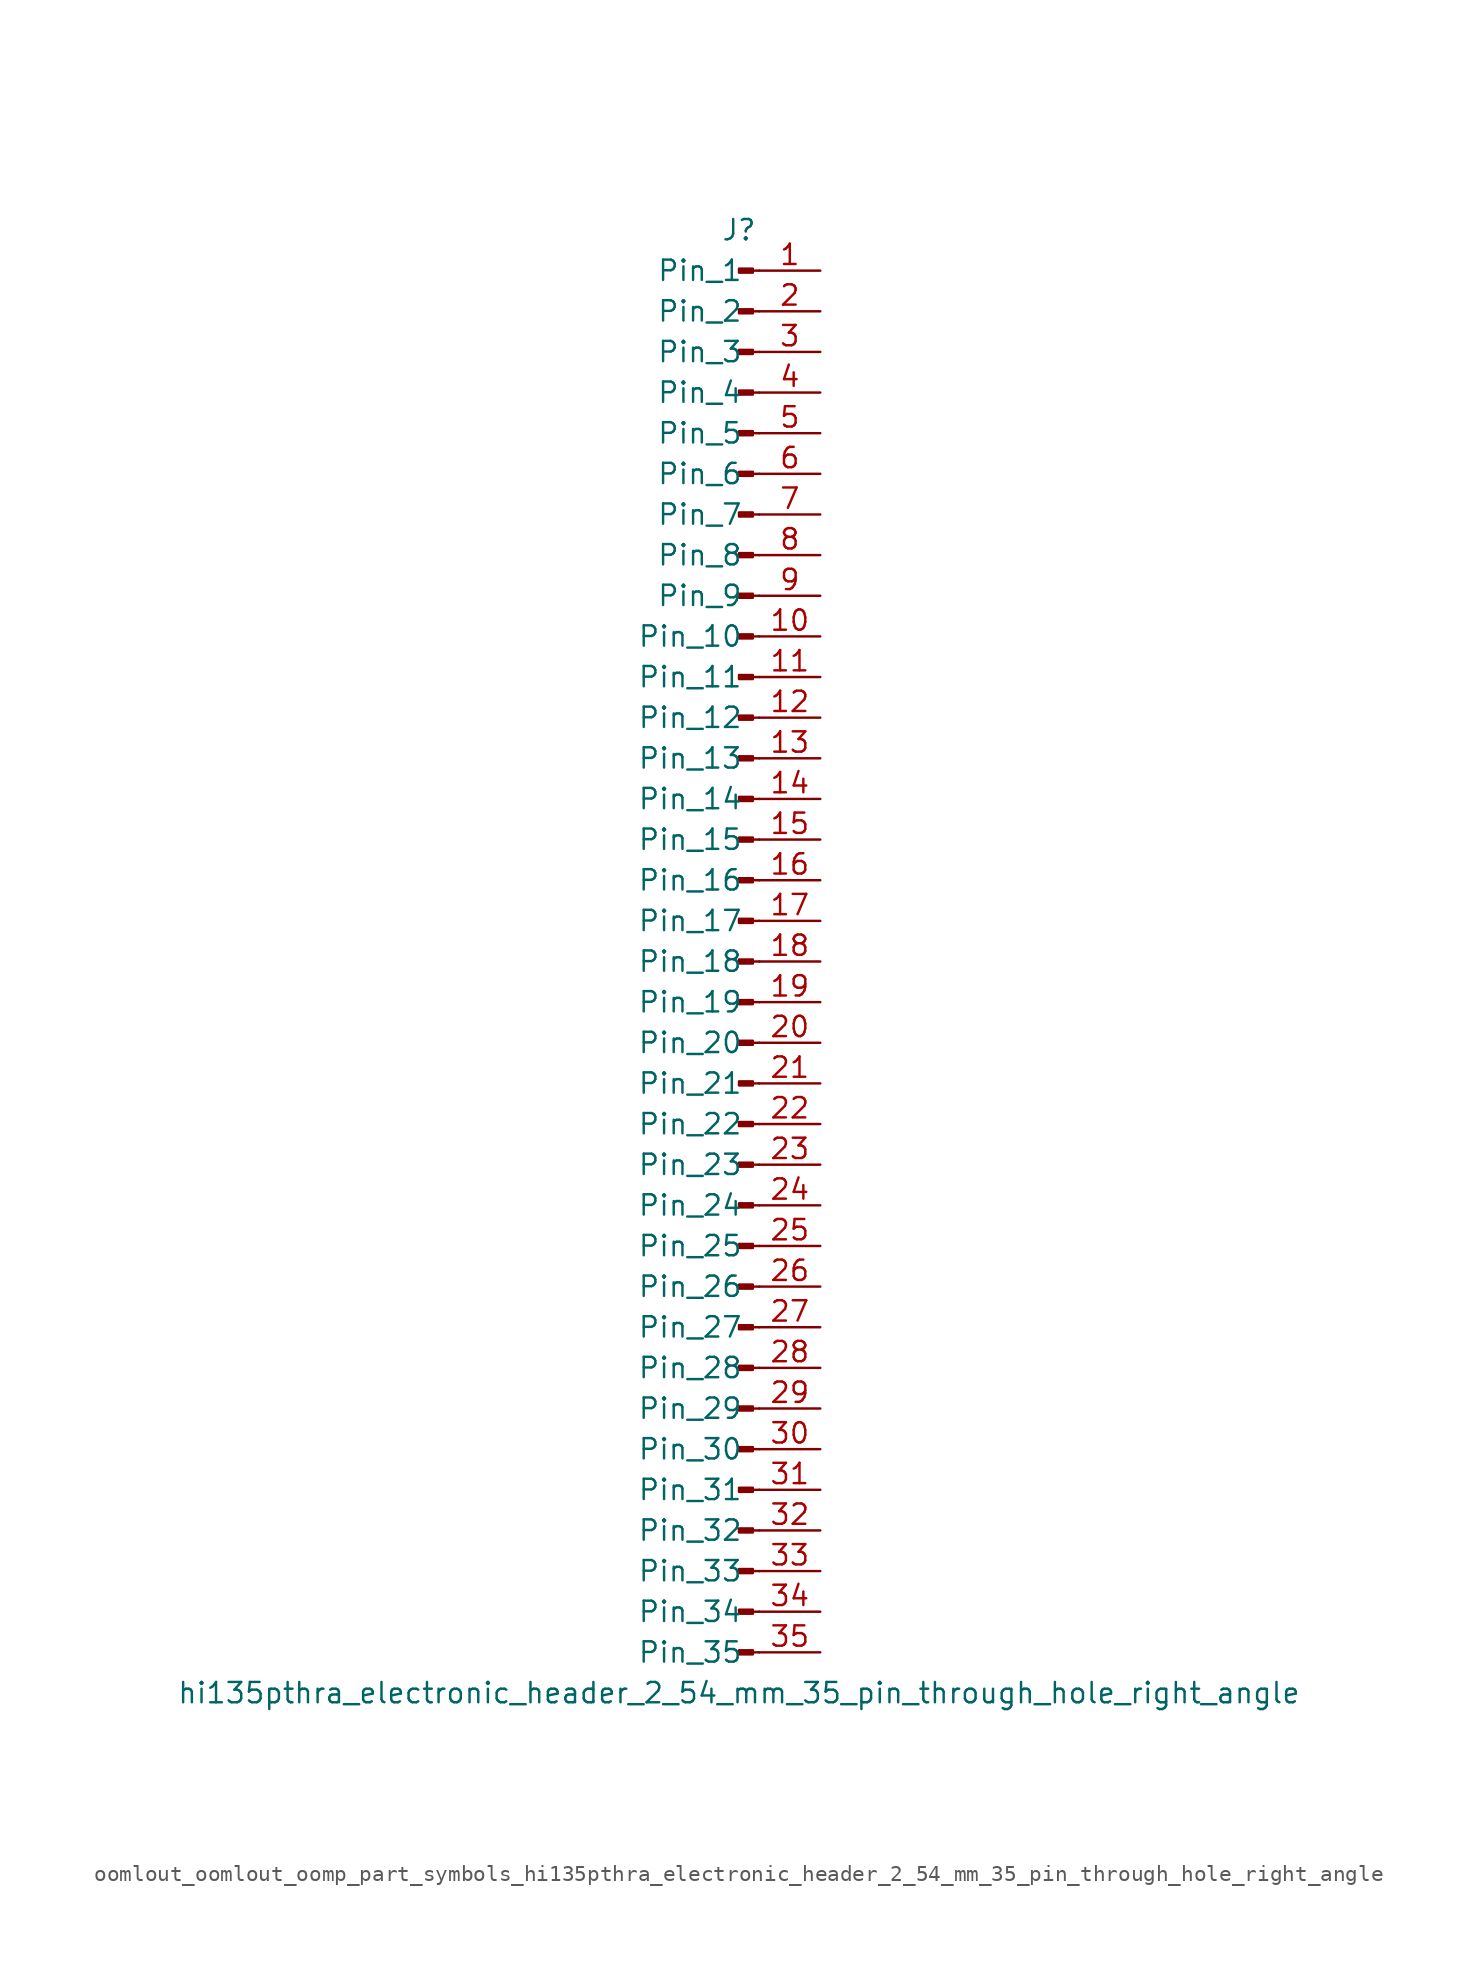
<source format=kicad_sym>
(kicad_symbol_lib
  (version 20220914)
  (generator kicad_symbol_editor)
  (symbol "oomlout_oomlout_oomp_part_symbols_hi135pthra_electronic_header_2_54_mm_35_pin_through_hole_right_angle"
    (pin_names
      (offset 1.016))
    (property "Reference" "J"
      (at 0 45.72 0)
      (effects (font (size 1.27 1.27))))
    (property "Value" "hi135pthra_electronic_header_2_54_mm_35_pin_through_hole_right_angle"
      (at 0 -45.72 0)
      (effects (font (size 1.27 1.27))))
    (property "ki_locked" ""
      (at 0 0 0)
      (effects (font (size 1.27 1.27))))
    (symbol "oomlout_oomlout_oomp_part_symbols_hi135pthra_electronic_header_2_54_mm_35_pin_through_hole_right_angle_1_1"
      (polyline (pts (xy 1.27 -43.18) (xy 0.864 -43.18)) (stroke (width 0.152) (type default)) (fill (type none)))
      (polyline (pts (xy 1.27 -40.64) (xy 0.864 -40.64)) (stroke (width 0.152) (type default)) (fill (type none)))
      (polyline (pts (xy 1.27 -38.1) (xy 0.864 -38.1)) (stroke (width 0.152) (type default)) (fill (type none)))
      (polyline (pts (xy 1.27 -35.56) (xy 0.864 -35.56)) (stroke (width 0.152) (type default)) (fill (type none)))
      (polyline (pts (xy 1.27 -33.02) (xy 0.864 -33.02)) (stroke (width 0.152) (type default)) (fill (type none)))
      (polyline (pts (xy 1.27 -30.48) (xy 0.864 -30.48)) (stroke (width 0.152) (type default)) (fill (type none)))
      (polyline (pts (xy 1.27 -27.94) (xy 0.864 -27.94)) (stroke (width 0.152) (type default)) (fill (type none)))
      (polyline (pts (xy 1.27 -25.4) (xy 0.864 -25.4)) (stroke (width 0.152) (type default)) (fill (type none)))
      (polyline (pts (xy 1.27 -22.86) (xy 0.864 -22.86)) (stroke (width 0.152) (type default)) (fill (type none)))
      (polyline (pts (xy 1.27 -20.32) (xy 0.864 -20.32)) (stroke (width 0.152) (type default)) (fill (type none)))
      (polyline (pts (xy 1.27 -17.78) (xy 0.864 -17.78)) (stroke (width 0.152) (type default)) (fill (type none)))
      (polyline (pts (xy 1.27 -15.24) (xy 0.864 -15.24)) (stroke (width 0.152) (type default)) (fill (type none)))
      (polyline (pts (xy 1.27 -12.7) (xy 0.864 -12.7)) (stroke (width 0.152) (type default)) (fill (type none)))
      (polyline (pts (xy 1.27 -10.16) (xy 0.864 -10.16)) (stroke (width 0.152) (type default)) (fill (type none)))
      (polyline (pts (xy 1.27 -7.62) (xy 0.864 -7.62)) (stroke (width 0.152) (type default)) (fill (type none)))
      (polyline (pts (xy 1.27 -5.08) (xy 0.864 -5.08)) (stroke (width 0.152) (type default)) (fill (type none)))
      (polyline (pts (xy 1.27 -2.54) (xy 0.864 -2.54)) (stroke (width 0.152) (type default)) (fill (type none)))
      (polyline (pts (xy 1.27 0) (xy 0.864 0)) (stroke (width 0.152) (type default)) (fill (type none)))
      (polyline (pts (xy 1.27 2.54) (xy 0.864 2.54)) (stroke (width 0.152) (type default)) (fill (type none)))
      (polyline (pts (xy 1.27 5.08) (xy 0.864 5.08)) (stroke (width 0.152) (type default)) (fill (type none)))
      (polyline (pts (xy 1.27 7.62) (xy 0.864 7.62)) (stroke (width 0.152) (type default)) (fill (type none)))
      (polyline (pts (xy 1.27 10.16) (xy 0.864 10.16)) (stroke (width 0.152) (type default)) (fill (type none)))
      (polyline (pts (xy 1.27 12.7) (xy 0.864 12.7)) (stroke (width 0.152) (type default)) (fill (type none)))
      (polyline (pts (xy 1.27 15.24) (xy 0.864 15.24)) (stroke (width 0.152) (type default)) (fill (type none)))
      (polyline (pts (xy 1.27 17.78) (xy 0.864 17.78)) (stroke (width 0.152) (type default)) (fill (type none)))
      (polyline (pts (xy 1.27 20.32) (xy 0.864 20.32)) (stroke (width 0.152) (type default)) (fill (type none)))
      (polyline (pts (xy 1.27 22.86) (xy 0.864 22.86)) (stroke (width 0.152) (type default)) (fill (type none)))
      (polyline (pts (xy 1.27 25.4) (xy 0.864 25.4)) (stroke (width 0.152) (type default)) (fill (type none)))
      (polyline (pts (xy 1.27 27.94) (xy 0.864 27.94)) (stroke (width 0.152) (type default)) (fill (type none)))
      (polyline (pts (xy 1.27 30.48) (xy 0.864 30.48)) (stroke (width 0.152) (type default)) (fill (type none)))
      (polyline (pts (xy 1.27 33.02) (xy 0.864 33.02)) (stroke (width 0.152) (type default)) (fill (type none)))
      (polyline (pts (xy 1.27 35.56) (xy 0.864 35.56)) (stroke (width 0.152) (type default)) (fill (type none)))
      (polyline (pts (xy 1.27 38.1) (xy 0.864 38.1)) (stroke (width 0.152) (type default)) (fill (type none)))
      (polyline (pts (xy 1.27 40.64) (xy 0.864 40.64)) (stroke (width 0.152) (type default)) (fill (type none)))
      (polyline (pts (xy 1.27 43.18) (xy 0.864 43.18)) (stroke (width 0.152) (type default)) (fill (type none)))
      (rectangle (start 0.864 -43.053) (end 0 -43.307) (stroke (width 0.152) (type default)) (fill (type outline)))
      (rectangle (start 0.864 -40.513) (end 0 -40.767) (stroke (width 0.152) (type default)) (fill (type outline)))
      (rectangle (start 0.864 -37.973) (end 0 -38.227) (stroke (width 0.152) (type default)) (fill (type outline)))
      (rectangle (start 0.864 -35.433) (end 0 -35.687) (stroke (width 0.152) (type default)) (fill (type outline)))
      (rectangle (start 0.864 -32.893) (end 0 -33.147) (stroke (width 0.152) (type default)) (fill (type outline)))
      (rectangle (start 0.864 -30.353) (end 0 -30.607) (stroke (width 0.152) (type default)) (fill (type outline)))
      (rectangle (start 0.864 -27.813) (end 0 -28.067) (stroke (width 0.152) (type default)) (fill (type outline)))
      (rectangle (start 0.864 -25.273) (end 0 -25.527) (stroke (width 0.152) (type default)) (fill (type outline)))
      (rectangle (start 0.864 -22.733) (end 0 -22.987) (stroke (width 0.152) (type default)) (fill (type outline)))
      (rectangle (start 0.864 -20.193) (end 0 -20.447) (stroke (width 0.152) (type default)) (fill (type outline)))
      (rectangle (start 0.864 -17.653) (end 0 -17.907) (stroke (width 0.152) (type default)) (fill (type outline)))
      (rectangle (start 0.864 -15.113) (end 0 -15.367) (stroke (width 0.152) (type default)) (fill (type outline)))
      (rectangle (start 0.864 -12.573) (end 0 -12.827) (stroke (width 0.152) (type default)) (fill (type outline)))
      (rectangle (start 0.864 -10.033) (end 0 -10.287) (stroke (width 0.152) (type default)) (fill (type outline)))
      (rectangle (start 0.864 -7.493) (end 0 -7.747) (stroke (width 0.152) (type default)) (fill (type outline)))
      (rectangle (start 0.864 -4.953) (end 0 -5.207) (stroke (width 0.152) (type default)) (fill (type outline)))
      (rectangle (start 0.864 -2.413) (end 0 -2.667) (stroke (width 0.152) (type default)) (fill (type outline)))
      (rectangle (start 0.864 0.127) (end 0 -0.127) (stroke (width 0.152) (type default)) (fill (type outline)))
      (rectangle (start 0.864 2.667) (end 0 2.413) (stroke (width 0.152) (type default)) (fill (type outline)))
      (rectangle (start 0.864 5.207) (end 0 4.953) (stroke (width 0.152) (type default)) (fill (type outline)))
      (rectangle (start 0.864 7.747) (end 0 7.493) (stroke (width 0.152) (type default)) (fill (type outline)))
      (rectangle (start 0.864 10.287) (end 0 10.033) (stroke (width 0.152) (type default)) (fill (type outline)))
      (rectangle (start 0.864 12.827) (end 0 12.573) (stroke (width 0.152) (type default)) (fill (type outline)))
      (rectangle (start 0.864 15.367) (end 0 15.113) (stroke (width 0.152) (type default)) (fill (type outline)))
      (rectangle (start 0.864 17.907) (end 0 17.653) (stroke (width 0.152) (type default)) (fill (type outline)))
      (rectangle (start 0.864 20.447) (end 0 20.193) (stroke (width 0.152) (type default)) (fill (type outline)))
      (rectangle (start 0.864 22.987) (end 0 22.733) (stroke (width 0.152) (type default)) (fill (type outline)))
      (rectangle (start 0.864 25.527) (end 0 25.273) (stroke (width 0.152) (type default)) (fill (type outline)))
      (rectangle (start 0.864 28.067) (end 0 27.813) (stroke (width 0.152) (type default)) (fill (type outline)))
      (rectangle (start 0.864 30.607) (end 0 30.353) (stroke (width 0.152) (type default)) (fill (type outline)))
      (rectangle (start 0.864 33.147) (end 0 32.893) (stroke (width 0.152) (type default)) (fill (type outline)))
      (rectangle (start 0.864 35.687) (end 0 35.433) (stroke (width 0.152) (type default)) (fill (type outline)))
      (rectangle (start 0.864 38.227) (end 0 37.973) (stroke (width 0.152) (type default)) (fill (type outline)))
      (rectangle (start 0.864 40.767) (end 0 40.513) (stroke (width 0.152) (type default)) (fill (type outline)))
      (rectangle (start 0.864 43.307) (end 0 43.053) (stroke (width 0.152) (type default)) (fill (type outline)))
      (pin passive line (at 5.08 43.18 180) (length 3.81) (name "Pin_1" (effects (font (size 1.27 1.27)))) (number "1" (effects (font (size 1.27 1.27)))))
      (pin passive line (at 5.08 20.32 180) (length 3.81) (name "Pin_10" (effects (font (size 1.27 1.27)))) (number "10" (effects (font (size 1.27 1.27)))))
      (pin passive line (at 5.08 17.78 180) (length 3.81) (name "Pin_11" (effects (font (size 1.27 1.27)))) (number "11" (effects (font (size 1.27 1.27)))))
      (pin passive line (at 5.08 15.24 180) (length 3.81) (name "Pin_12" (effects (font (size 1.27 1.27)))) (number "12" (effects (font (size 1.27 1.27)))))
      (pin passive line (at 5.08 12.7 180) (length 3.81) (name "Pin_13" (effects (font (size 1.27 1.27)))) (number "13" (effects (font (size 1.27 1.27)))))
      (pin passive line (at 5.08 10.16 180) (length 3.81) (name "Pin_14" (effects (font (size 1.27 1.27)))) (number "14" (effects (font (size 1.27 1.27)))))
      (pin passive line (at 5.08 7.62 180) (length 3.81) (name "Pin_15" (effects (font (size 1.27 1.27)))) (number "15" (effects (font (size 1.27 1.27)))))
      (pin passive line (at 5.08 5.08 180) (length 3.81) (name "Pin_16" (effects (font (size 1.27 1.27)))) (number "16" (effects (font (size 1.27 1.27)))))
      (pin passive line (at 5.08 2.54 180) (length 3.81) (name "Pin_17" (effects (font (size 1.27 1.27)))) (number "17" (effects (font (size 1.27 1.27)))))
      (pin passive line (at 5.08 0 180) (length 3.81) (name "Pin_18" (effects (font (size 1.27 1.27)))) (number "18" (effects (font (size 1.27 1.27)))))
      (pin passive line (at 5.08 -2.54 180) (length 3.81) (name "Pin_19" (effects (font (size 1.27 1.27)))) (number "19" (effects (font (size 1.27 1.27)))))
      (pin passive line (at 5.08 40.64 180) (length 3.81) (name "Pin_2" (effects (font (size 1.27 1.27)))) (number "2" (effects (font (size 1.27 1.27)))))
      (pin passive line (at 5.08 -5.08 180) (length 3.81) (name "Pin_20" (effects (font (size 1.27 1.27)))) (number "20" (effects (font (size 1.27 1.27)))))
      (pin passive line (at 5.08 -7.62 180) (length 3.81) (name "Pin_21" (effects (font (size 1.27 1.27)))) (number "21" (effects (font (size 1.27 1.27)))))
      (pin passive line (at 5.08 -10.16 180) (length 3.81) (name "Pin_22" (effects (font (size 1.27 1.27)))) (number "22" (effects (font (size 1.27 1.27)))))
      (pin passive line (at 5.08 -12.7 180) (length 3.81) (name "Pin_23" (effects (font (size 1.27 1.27)))) (number "23" (effects (font (size 1.27 1.27)))))
      (pin passive line (at 5.08 -15.24 180) (length 3.81) (name "Pin_24" (effects (font (size 1.27 1.27)))) (number "24" (effects (font (size 1.27 1.27)))))
      (pin passive line (at 5.08 -17.78 180) (length 3.81) (name "Pin_25" (effects (font (size 1.27 1.27)))) (number "25" (effects (font (size 1.27 1.27)))))
      (pin passive line (at 5.08 -20.32 180) (length 3.81) (name "Pin_26" (effects (font (size 1.27 1.27)))) (number "26" (effects (font (size 1.27 1.27)))))
      (pin passive line (at 5.08 -22.86 180) (length 3.81) (name "Pin_27" (effects (font (size 1.27 1.27)))) (number "27" (effects (font (size 1.27 1.27)))))
      (pin passive line (at 5.08 -25.4 180) (length 3.81) (name "Pin_28" (effects (font (size 1.27 1.27)))) (number "28" (effects (font (size 1.27 1.27)))))
      (pin passive line (at 5.08 -27.94 180) (length 3.81) (name "Pin_29" (effects (font (size 1.27 1.27)))) (number "29" (effects (font (size 1.27 1.27)))))
      (pin passive line (at 5.08 38.1 180) (length 3.81) (name "Pin_3" (effects (font (size 1.27 1.27)))) (number "3" (effects (font (size 1.27 1.27)))))
      (pin passive line (at 5.08 -30.48 180) (length 3.81) (name "Pin_30" (effects (font (size 1.27 1.27)))) (number "30" (effects (font (size 1.27 1.27)))))
      (pin passive line (at 5.08 -33.02 180) (length 3.81) (name "Pin_31" (effects (font (size 1.27 1.27)))) (number "31" (effects (font (size 1.27 1.27)))))
      (pin passive line (at 5.08 -35.56 180) (length 3.81) (name "Pin_32" (effects (font (size 1.27 1.27)))) (number "32" (effects (font (size 1.27 1.27)))))
      (pin passive line (at 5.08 -38.1 180) (length 3.81) (name "Pin_33" (effects (font (size 1.27 1.27)))) (number "33" (effects (font (size 1.27 1.27)))))
      (pin passive line (at 5.08 -40.64 180) (length 3.81) (name "Pin_34" (effects (font (size 1.27 1.27)))) (number "34" (effects (font (size 1.27 1.27)))))
      (pin passive line (at 5.08 -43.18 180) (length 3.81) (name "Pin_35" (effects (font (size 1.27 1.27)))) (number "35" (effects (font (size 1.27 1.27)))))
      (pin passive line (at 5.08 35.56 180) (length 3.81) (name "Pin_4" (effects (font (size 1.27 1.27)))) (number "4" (effects (font (size 1.27 1.27)))))
      (pin passive line (at 5.08 33.02 180) (length 3.81) (name "Pin_5" (effects (font (size 1.27 1.27)))) (number "5" (effects (font (size 1.27 1.27)))))
      (pin passive line (at 5.08 30.48 180) (length 3.81) (name "Pin_6" (effects (font (size 1.27 1.27)))) (number "6" (effects (font (size 1.27 1.27)))))
      (pin passive line (at 5.08 27.94 180) (length 3.81) (name "Pin_7" (effects (font (size 1.27 1.27)))) (number "7" (effects (font (size 1.27 1.27)))))
      (pin passive line (at 5.08 25.4 180) (length 3.81) (name "Pin_8" (effects (font (size 1.27 1.27)))) (number "8" (effects (font (size 1.27 1.27)))))
      (pin passive line (at 5.08 22.86 180) (length 3.81) (name "Pin_9" (effects (font (size 1.27 1.27)))) (number "9" (effects (font (size 1.27 1.27))))))))
</source>
